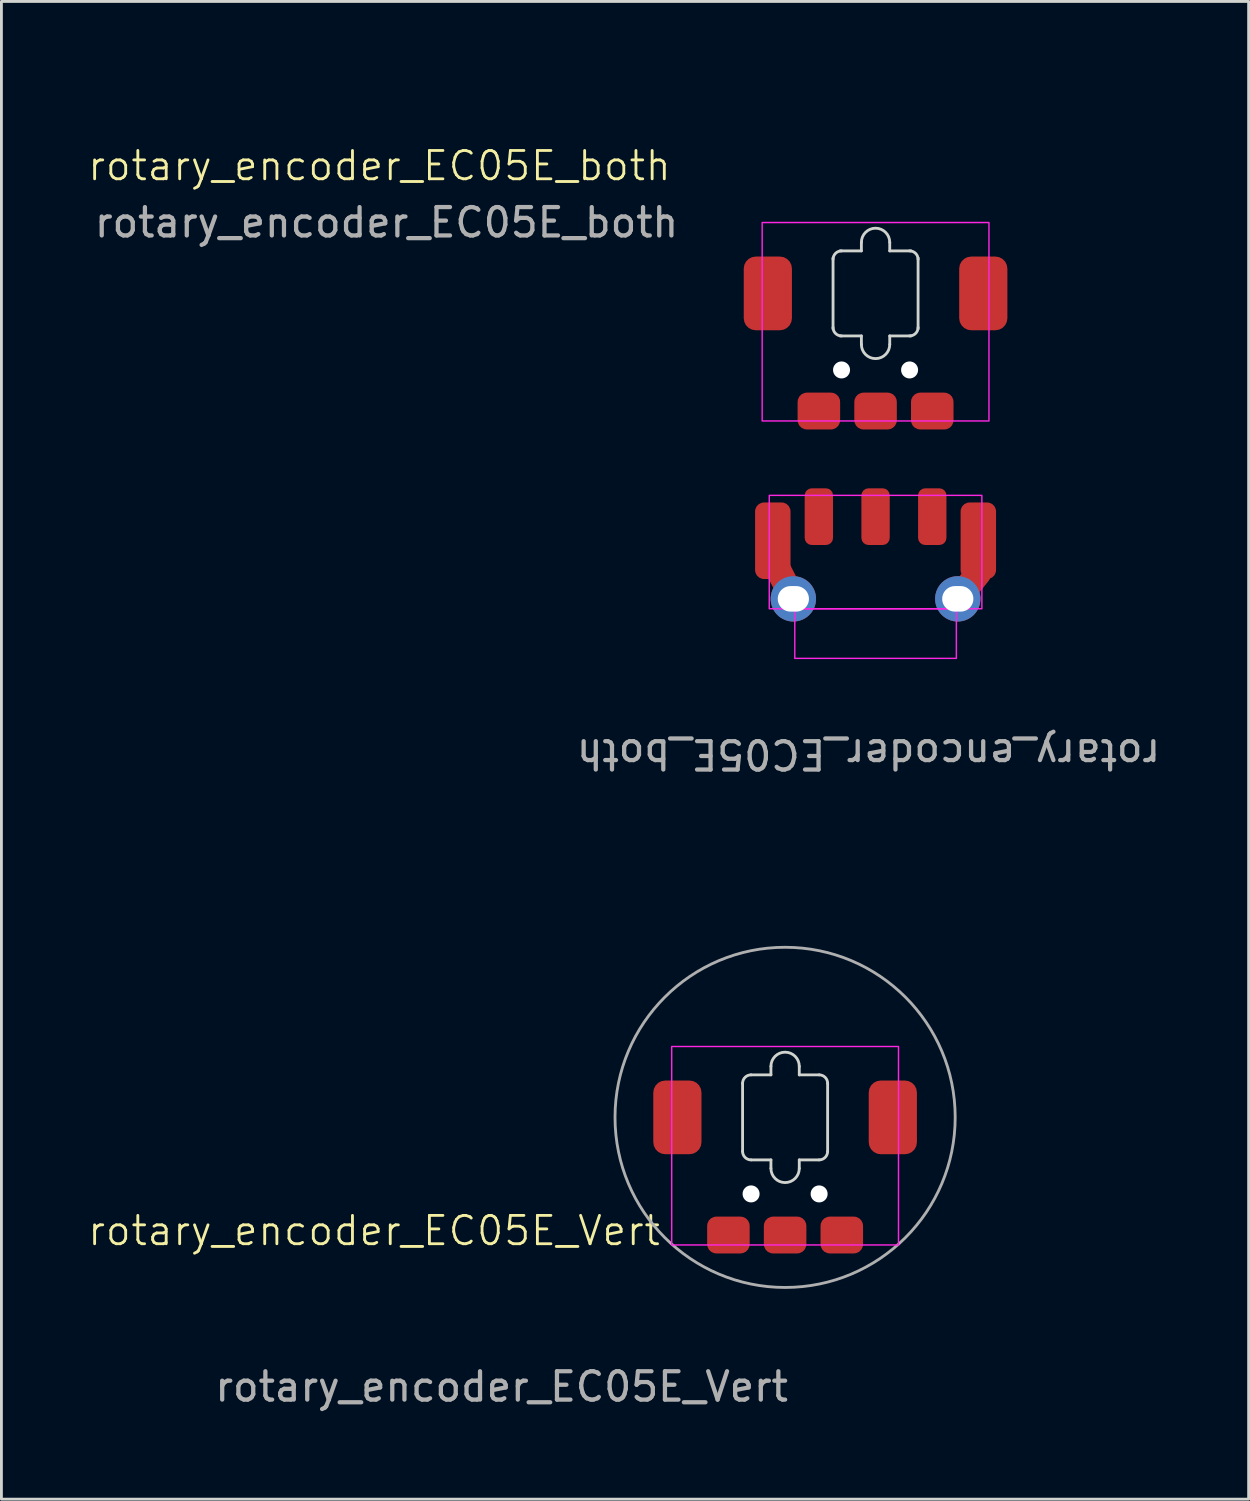
<source format=kicad_pcb>
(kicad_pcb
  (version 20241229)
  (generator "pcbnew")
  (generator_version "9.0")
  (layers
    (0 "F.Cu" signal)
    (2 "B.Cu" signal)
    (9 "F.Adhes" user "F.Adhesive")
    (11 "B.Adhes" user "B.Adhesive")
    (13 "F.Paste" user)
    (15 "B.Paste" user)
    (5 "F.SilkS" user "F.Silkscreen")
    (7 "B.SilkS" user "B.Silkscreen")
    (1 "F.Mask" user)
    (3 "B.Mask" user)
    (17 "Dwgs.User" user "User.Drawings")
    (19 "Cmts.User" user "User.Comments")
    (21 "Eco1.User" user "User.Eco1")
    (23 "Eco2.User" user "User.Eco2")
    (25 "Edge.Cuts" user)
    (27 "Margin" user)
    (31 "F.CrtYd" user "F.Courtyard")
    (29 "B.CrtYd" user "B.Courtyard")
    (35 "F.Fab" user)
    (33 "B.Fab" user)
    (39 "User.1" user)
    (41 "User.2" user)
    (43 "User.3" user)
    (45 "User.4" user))
  (footprint "rotary_encoder_EC05E_both"
    (layer "F.Cu")
    (at 27.836 10.8)
    (property "Reference" "rotary_encoder_EC05E_both" (at -17.5 -8 0) (unlocked yes) (layer "F.SilkS") (effects (font (size 1 1) (thickness 0.1))))
    (attr smd)
    (fp_line (start -2.9 7.275) (end -3.625 5.875) (stroke (width 0.9) (type default)) (layer "F.Cu"))
    (fp_line (start 3.625 6.375) (end 2.9 7.275) (stroke (width 0.9) (type default)) (layer "F.Cu"))
    (fp_line (start -1.5 -4.75) (end -1.5 -2.25) (stroke (width 0.1) (type default)) (layer "Edge.Cuts"))
    (fp_line (start -1.25 -2) (end -0.5 -2) (stroke (width 0.1) (type default)) (layer "Edge.Cuts"))
    (fp_line (start -0.5 -5.3) (end -0.5 -5) (stroke (width 0.1) (type default)) (layer "Edge.Cuts"))
    (fp_line (start -0.5 -5) (end -1.25 -5) (stroke (width 0.1) (type default)) (layer "Edge.Cuts"))
    (fp_line (start -0.5 -2) (end -0.5 -1.7) (stroke (width 0.1) (type default)) (layer "Edge.Cuts"))
    (fp_line (start 0.5 -5) (end 0.5 -5.3) (stroke (width 0.1) (type default)) (layer "Edge.Cuts"))
    (fp_line (start 0.5 -2) (end 1.25 -2) (stroke (width 0.1) (type default)) (layer "Edge.Cuts"))
    (fp_line (start 0.5 -1.7) (end 0.5 -2) (stroke (width 0.1) (type default)) (layer "Edge.Cuts"))
    (fp_line (start 1.25 -5) (end 0.5 -5) (stroke (width 0.1) (type default)) (layer "Edge.Cuts"))
    (fp_line (start 1.5 -2.25) (end 1.5 -4.75) (stroke (width 0.1) (type default)) (layer "Edge.Cuts"))
    (fp_arc (start -1.5 -4.7) (mid -1.412132 -4.912132) (end -1.2 -5) (stroke (width 0.1) (type default)) (layer "Edge.Cuts"))
    (fp_arc (start -1.2 -2) (mid -1.412132 -2.087868) (end -1.5 -2.3) (stroke (width 0.1) (type default)) (layer "Edge.Cuts"))
    (fp_arc (start -0.5 -5.3) (mid 0 -5.8) (end 0.5 -5.3) (stroke (width 0.1) (type default)) (layer "Edge.Cuts"))
    (fp_arc (start 0.5 -1.7) (mid 0 -1.2) (end -0.5 -1.7) (stroke (width 0.1) (type default)) (layer "Edge.Cuts"))
    (fp_arc (start 1.2 -5) (mid 1.412132 -4.912132) (end 1.5 -4.7) (stroke (width 0.1) (type default)) (layer "Edge.Cuts"))
    (fp_arc (start 1.5 -2.3) (mid 1.412132 -2.087868) (end 1.2 -2) (stroke (width 0.1) (type default)) (layer "Edge.Cuts"))
    (fp_circle (center 0 -3.5) (end 5.25 1.5) (stroke (width 0.1) (type default)) (fill no) (layer "Margin"))
    (fp_rect (start -4 -6) (end 4 1) (stroke (width 0.05) (type default)) (fill no) (layer "F.CrtYd"))
    (fp_rect (start -3.75 3.625) (end 3.75 7.625) (stroke (width 0.05) (type default)) (fill no) (layer "F.CrtYd"))
    (fp_rect (start -2.85 7.625) (end 2.85 9.375) (stroke (width 0.05) (type default)) (fill no) (layer "F.CrtYd"))
    (fp_rect (start -5.875 -9.75) (end 5.375 9.75) (stroke (width 0.1) (type default)) (fill no) (layer "User.3"))
    (fp_rect (start -5.875 -8.5) (end 5.375 3.5) (stroke (width 0.1) (type default)) (fill no) (layer "User.3"))
    (fp_rect (start -1.5 -5) (end 1.5 -2) (stroke (width 0.1) (type default)) (fill no) (layer "User.9"))
    (fp_arc (start -0.5 -5.3) (mid 0 -5.8) (end 0.5 -5.3) (stroke (width 0.1) (type default)) (layer "User.9"))
    (fp_arc (start 0.5 -1.7) (mid 0 -1.2) (end -0.5 -1.7) (stroke (width 0.1) (type default)) (layer "User.9"))
    (fp_text user "${REFERENCE}" (at -17.25 -6 0) (unlocked yes) (layer "F.Fab") (effects (font (size 1 1) (thickness 0.15))))
    (fp_text user "${REFERENCE}" (at -0.25 12.75 180) (unlocked yes) (layer "F.Fab") (effects (font (size 1 1) (thickness 0.15))))
    (fp_text user "Board edge" (at 5.375 -9.75 0) (unlocked yes) (layer "User.3") (effects (font (size 0.5 0.5) (thickness 0.1) (bold yes)) (justify left bottom)))
    (fp_text user "OLED" (at 0 -6.5 0) (unlocked yes) (layer "User.3") (effects (font (size 0.5 0.5) (thickness 0.1) (bold yes)) (justify left bottom)))
    (fp_text user "Key" (at 5.375 9.75 0) (unlocked yes) (layer "User.3") (effects (font (size 0.5 0.5) (thickness 0.1) (bold yes)) (justify left bottom)))
    (dimension (type orthogonal) (layer "User.3") (pts (xy 28.836 20.55) (xy 21.961 14.3)) (height -8.25) (orientation 1) (format (prefix "") (suffix "") (units 3) (units_format 1) (precision 2)) (style (thickness 0.1) (arrow_length 0.5) (text_position_mode 0) (arrow_direction outward) (extension_height 0.586) (extension_offset 0.5) (keep_text_aligned yes)) (gr_text "6.25 mm" (at 19.986 17.425 90) (layer "User.3") (effects (font (size 0.5 0.5) (thickness 0.1) (bold yes)))))
    (pad "" smd roundrect (at -3.8 -3.5) (size 1.7 2.6) (layers "F.Cu" "F.Mask" "F.Paste") (roundrect_rratio 0.25))
    (pad "" smd roundrect (at -3.625 5.225 180) (size 1.25 2.7) (layers "F.Cu" "F.Mask" "F.Paste") (roundrect_rratio 0.25))
    (pad "" thru_hole circle (at -2.9 7.275 180) (size 1.6 1.6) (drill oval 1.1 0.9) (layers "*.Cu" "*.Mask"))
    (pad "" np_thru_hole circle (at -1.2 -0.8) (size 0.6 0.6) (drill 0.62) (layers "*.Cu" "*.Mask"))
    (pad "" np_thru_hole circle (at 1.2 -0.8) (size 0.6 0.6) (drill 0.62) (layers "*.Cu" "*.Mask"))
    (pad "" thru_hole circle (at 2.9 7.275 180) (size 1.6 1.6) (drill oval 1.1 0.9) (layers "*.Cu" "*.Mask"))
    (pad "" smd roundrect (at 3.625 5.225 180) (size 1.25 2.7) (layers "F.Cu" "F.Mask" "F.Paste") (roundrect_rratio 0.25))
    (pad "" smd roundrect (at 3.8 -3.5) (size 1.7 2.6) (layers "F.Cu" "F.Mask" "F.Paste") (roundrect_rratio 0.25))
    (pad "A" smd roundrect (at -2 0.65) (size 1.5 1.3) (layers "F.Cu" "F.Mask" "F.Paste") (roundrect_rratio 0.25))
    (pad "A" smd roundrect (at -2 4.375 180) (size 1 2) (layers "F.Cu" "F.Mask" "F.Paste") (roundrect_rratio 0.25))
    (pad "B" smd roundrect (at 2 0.65) (size 1.5 1.3) (layers "F.Cu" "F.Mask" "F.Paste") (roundrect_rratio 0.25))
    (pad "B" smd roundrect (at 2 4.375 180) (size 1 2) (layers "F.Cu" "F.Mask" "F.Paste") (roundrect_rratio 0.25))
    (pad "C" smd roundrect (at 0 0.65) (size 1.5 1.3) (layers "F.Cu" "F.Mask" "F.Paste") (roundrect_rratio 0.25))
    (pad "C" smd roundrect (at 0 4.375 180) (size 1 2) (layers "F.Cu" "F.Mask" "F.Paste") (roundrect_rratio 0.25)))
  (footprint "rotary_encoder_EC05E_Vert"
    (layer "F.Cu")
    (at 24.645 36.366)
    (property "Reference" "rotary_encoder_EC05E_Vert" (at -14.5 4 0) (unlocked yes) (layer "F.SilkS") (effects (font (size 1 1) (thickness 0.1))))
    (attr through_hole)
    (fp_line (start -1.5 -1.2) (end -1.5 1.2) (stroke (width 0.1) (type default)) (layer "Edge.Cuts"))
    (fp_line (start -1.2 1.5) (end -0.5 1.5) (stroke (width 0.1) (type default)) (layer "Edge.Cuts"))
    (fp_line (start -0.5 -1.8) (end -0.5 -1.5) (stroke (width 0.1) (type default)) (layer "Edge.Cuts"))
    (fp_line (start -0.5 -1.5) (end -1.2 -1.5) (stroke (width 0.1) (type default)) (layer "Edge.Cuts"))
    (fp_line (start -0.5 1.5) (end -0.5 1.8) (stroke (width 0.1) (type default)) (layer "Edge.Cuts"))
    (fp_line (start 0.5 -1.5) (end 0.5 -1.8) (stroke (width 0.1) (type default)) (layer "Edge.Cuts"))
    (fp_line (start 0.5 1.5) (end 1.2 1.5) (stroke (width 0.1) (type default)) (layer "Edge.Cuts"))
    (fp_line (start 0.5 1.8) (end 0.5 1.5) (stroke (width 0.1) (type default)) (layer "Edge.Cuts"))
    (fp_line (start 1.2 -1.5) (end 0.5 -1.5) (stroke (width 0.1) (type default)) (layer "Edge.Cuts"))
    (fp_line (start 1.5 1.2) (end 1.5 -1.2) (stroke (width 0.1) (type default)) (layer "Edge.Cuts"))
    (fp_arc (start -1.5 -1.2) (mid -1.412132 -1.412132) (end -1.2 -1.5) (stroke (width 0.1) (type default)) (layer "Edge.Cuts"))
    (fp_arc (start -1.2 1.5) (mid -1.412132 1.412132) (end -1.5 1.2) (stroke (width 0.1) (type default)) (layer "Edge.Cuts"))
    (fp_arc (start -0.5 -1.8) (mid 0 -2.3) (end 0.5 -1.8) (stroke (width 0.1) (type default)) (layer "Edge.Cuts"))
    (fp_arc (start 0.5 1.8) (mid 0 2.3) (end -0.5 1.8) (stroke (width 0.1) (type default)) (layer "Edge.Cuts"))
    (fp_arc (start 1.2 -1.5) (mid 1.412132 -1.412132) (end 1.5 -1.2) (stroke (width 0.1) (type default)) (layer "Edge.Cuts"))
    (fp_arc (start 1.5 1.2) (mid 1.412132 1.412132) (end 1.2 1.5) (stroke (width 0.1) (type default)) (layer "Edge.Cuts"))
    (fp_rect (start -4 -2.5) (end 4 4.5) (stroke (width 0.05) (type default)) (fill no) (layer "F.CrtYd"))
    (fp_circle (center 0 0) (end 6 0) (stroke (width 0.1) (type default)) (fill no) (layer "F.Fab"))
    (fp_rect (start -1.5 -1.5) (end 1.5 1.5) (stroke (width 0.1) (type default)) (fill no) (layer "User.9"))
    (fp_arc (start -0.5 -1.8) (mid 0 -2.3) (end 0.5 -1.8) (stroke (width 0.1) (type default)) (layer "User.9"))
    (fp_arc (start 0.5 1.8) (mid 0 2.3) (end -0.5 1.8) (stroke (width 0.1) (type default)) (layer "User.9"))
    (fp_text user "${REFERENCE}" (at -10 9.5 0) (unlocked yes) (layer "F.Fab") (effects (font (size 1 1) (thickness 0.15))))
    (dimension (type orthogonal) (layer "User.8") (pts (xy 27.595 36.366) (xy 21.695 36.366)) (height -6) (orientation 0) (format (prefix "") (suffix "") (units 3) (units_format 1) (precision 2)) (style (thickness 0.1) (arrow_length 0.6) (text_position_mode 2) (arrow_direction outward) (extension_height 0.586) (extension_offset 0.5) (keep_text_aligned yes)) (gr_text "5.90 mm" (at 24.645 29.866 0) (layer "User.8") (effects (font (size 0.5 0.5) (thickness 0.1)))))
    (dimension (type orthogonal) (layer "User.8") (pts (xy 22.645 41.166) (xy 24.645 36.366)) (height -3.5) (orientation 1) (format (prefix "") (suffix "") (units 3) (units_format 1) (precision 2)) (style (thickness 0.1) (arrow_length 0.6) (text_position_mode 0) (arrow_direction outward) (extension_height 0.586) (extension_offset 0.5) (keep_text_aligned yes)) (gr_text "4.80 mm" (at 18.545 38.766 90) (layer "User.8") (effects (font (size 0.5 0.5) (thickness 0.1)))))
    (dimension (type orthogonal) (layer "User.8") (pts (xy 26.645 40.516) (xy 22.645 40.516)) (height 4.5) (orientation 0) (format (prefix "") (suffix "") (units 3) (units_format 1) (precision 2)) (style (thickness 0.1) (arrow_length 0.6) (text_position_mode 2) (arrow_direction outward) (extension_height 0.586) (extension_offset 0.5) (keep_text_aligned yes)) (gr_text "4.00 mm" (at 24.395 46.366 0) (layer "User.8") (effects (font (size 0.5 0.5) (thickness 0.1)))))
    (dimension (type orthogonal) (layer "User.8") (pts (xy 12.645 45.366) (xy 14.645 43.366)) (height -6.5) (orientation 1) (format (prefix "") (suffix "") (units 3) (units_format 1) (precision 2)) (style (thickness 0.1) (arrow_length 0.6) (text_position_mode 0) (arrow_direction outward) (extension_height 0.586) (extension_offset 0.5) (keep_text_aligned yes)) (gr_text "2.00 mm" (at 5.545 44.366 90) (layer "User.8") (effects (font (size 0.5 0.5) (thickness 0.1)))))
    (dimension (type orthogonal) (layer "User.9") (pts (xy 26.145 36.366) (xy 23.145 36.366)) (height -7.5) (orientation 0) (format (prefix "") (suffix "") (units 3) (units_format 1) (precision 2)) (style (thickness 0.1) (arrow_length 0.6) (text_position_mode 2) (arrow_direction outward) (extension_height 0.586) (extension_offset 0.5) (keep_text_aligned yes)) (gr_text "3.00 mm" (at 24.245 27.866 0) (layer "User.9") (effects (font (size 0.5 0.5) (thickness 0.1)))))
    (dimension (type orthogonal) (layer "User.9") (pts (xy 25.845 39.066) (xy 23.445 39.066)) (height 1.05) (orientation 0) (format (prefix "") (suffix "") (units 3) (units_format 1) (precision 2)) (style (thickness 0.1) (arrow_length 0.6) (text_position_mode 2) (arrow_direction outward) (extension_height 0.586) (extension_offset 0.5) (keep_text_aligned yes)) (gr_text "2.40 mm" (at 27.895 39.866 0) (layer "User.9") (effects (font (size 0.5 0.5) (thickness 0.1) (bold yes)))))
    (dimension (type orthogonal) (layer "User.9") (pts (xy 25.145 37.866) (xy 25.145 34.866)) (height 6.5) (orientation 1) (format (prefix "") (suffix "") (units 3) (units_format 1) (precision 2)) (style (thickness 0.1) (arrow_length 0.6) (text_position_mode 2) (arrow_direction outward) (extension_height 0.586) (extension_offset 0.5) (keep_text_aligned yes)) (gr_text "3.00 mm" (at 32.245 35.866 90) (layer "User.9") (effects (font (size 0.5 0.5) (thickness 0.1)))))
    (dimension (type orthogonal) (layer "User.9") (pts (xy 23.445 39.066) (xy 24.645 36.366)) (height -1.05) (orientation 1) (format (prefix "") (suffix "") (units 3) (units_format 1) (precision 2)) (style (thickness 0.1) (arrow_length 0.6) (text_position_mode 2) (arrow_direction outward) (extension_height 0.586) (extension_offset 0.5) (keep_text_aligned yes)) (gr_text "2.70 mm" (at 22.395 34.366 90) (layer "User.9") (effects (font (size 0.5 0.5) (thickness 0.1) (bold yes)))))
    (dimension (type orthogonal) (layer "User.9") (pts (xy 24.145 38.166) (xy 24.145 34.566)) (height -8) (orientation 1) (format (prefix "") (suffix "") (units 3) (units_format 1) (precision 2)) (style (thickness 0.1) (arrow_length 0.6) (text_position_mode 2) (arrow_direction outward) (extension_height 0.586) (extension_offset 0.5) (keep_text_aligned yes)) (gr_text "3.60 mm" (at 15.645 35.866 90) (layer "User.9") (effects (font (size 0.5 0.5) (thickness 0.1)))))
    (pad "" smd roundrect (at -3.8 0) (size 1.7 2.6) (layers "F.Cu" "F.Mask" "F.Paste") (roundrect_rratio 0.25))
    (pad "" np_thru_hole circle (at -1.2 2.7) (size 0.6 0.6) (drill 0.62) (layers "*.Cu" "*.Mask"))
    (pad "" np_thru_hole circle (at 1.2 2.7) (size 0.6 0.6) (drill 0.62) (layers "*.Cu" "*.Mask"))
    (pad "" smd roundrect (at 3.8 0) (size 1.7 2.6) (layers "F.Cu" "F.Mask" "F.Paste") (roundrect_rratio 0.25))
    (pad "A" smd roundrect (at -2 4.15) (size 1.5 1.3) (layers "F.Cu" "F.Mask" "F.Paste") (roundrect_rratio 0.25))
    (pad "B" smd roundrect (at 2 4.15) (size 1.5 1.3) (layers "F.Cu" "F.Mask" "F.Paste") (roundrect_rratio 0.25))
    (pad "C" smd roundrect (at 0 4.15) (size 1.5 1.3) (layers "F.Cu" "F.Mask" "F.Paste") (roundrect_rratio 0.25)))
  (gr_rect
    (start -3 -3)
    (end 40.996 49.834)
    (stroke (width 0.1) (type default))
    (fill no)
    (layer "Edge.Cuts")))
</source>
